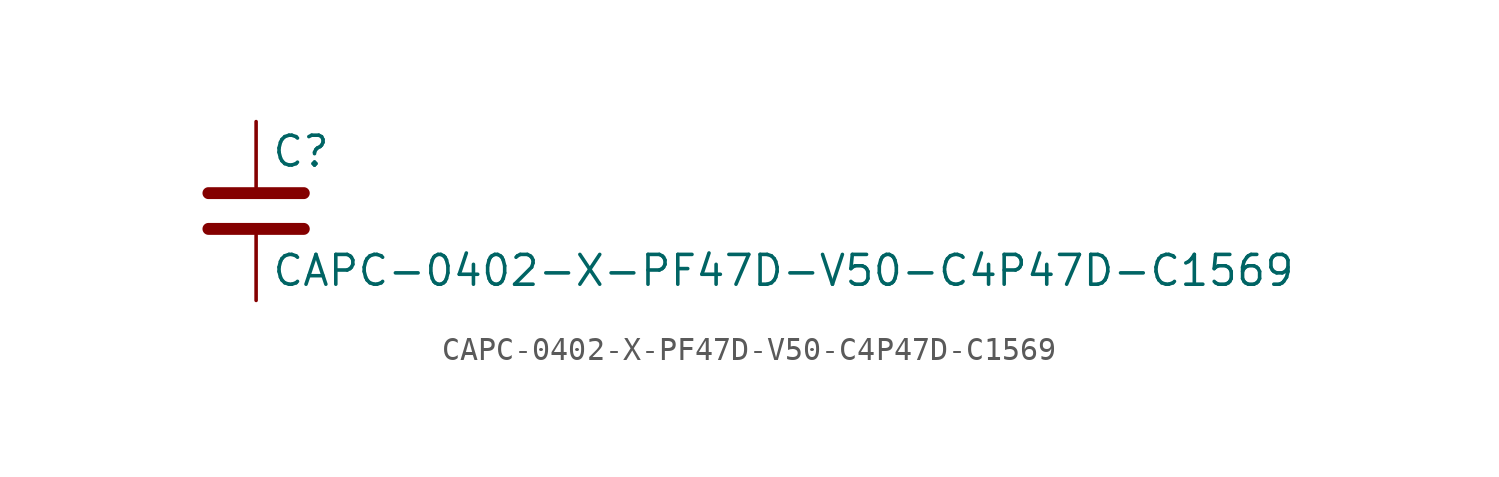
<source format=kicad_sym>
(kicad_symbol_lib
  (version 20211014)
  (generator kicad_symbol_editor)
  (symbol "CAPC-0402-X-PF47D-V50-C4P47D-C1569"
    (pin_numbers hide)
    (pin_names
      (offset 0.254))
    (property "Reference" "C"
      (at 0.635 2.54 0)
      (effects (font (size 1.27 1.27)) (justify left)))
    (property "Value" "CAPC-0402-X-PF47D-V50-C4P47D-C1569"
      (at 0.635 -2.54 0)
      (effects (font (size 1.27 1.27)) (justify left)))
    (symbol "CAPC-0402-X-PF47D-V50-C4P47D-C1569_0_1"
      (polyline (pts (xy -2.032 -0.762) (xy 2.032 -0.762)) (stroke (width 0.508) (type default) (color 0 0 0 0)) (fill (type none)))
      (polyline (pts (xy -2.032 0.762) (xy 2.032 0.762)) (stroke (width 0.508) (type default) (color 0 0 0 0)) (fill (type none))))
    (symbol "CAPC-0402-X-PF47D-V50-C4P47D-C1569_1_1"
      (pin passive line (at 0 3.81 270) (length 2.794) (name "~" (effects (font (size 1.27 1.27)))) (number "1" (effects (font (size 1.27 1.27)))))
      (pin passive line (at 0 -3.81 90) (length 2.794) (name "~" (effects (font (size 1.27 1.27)))) (number "2" (effects (font (size 1.27 1.27))))))))
</source>
